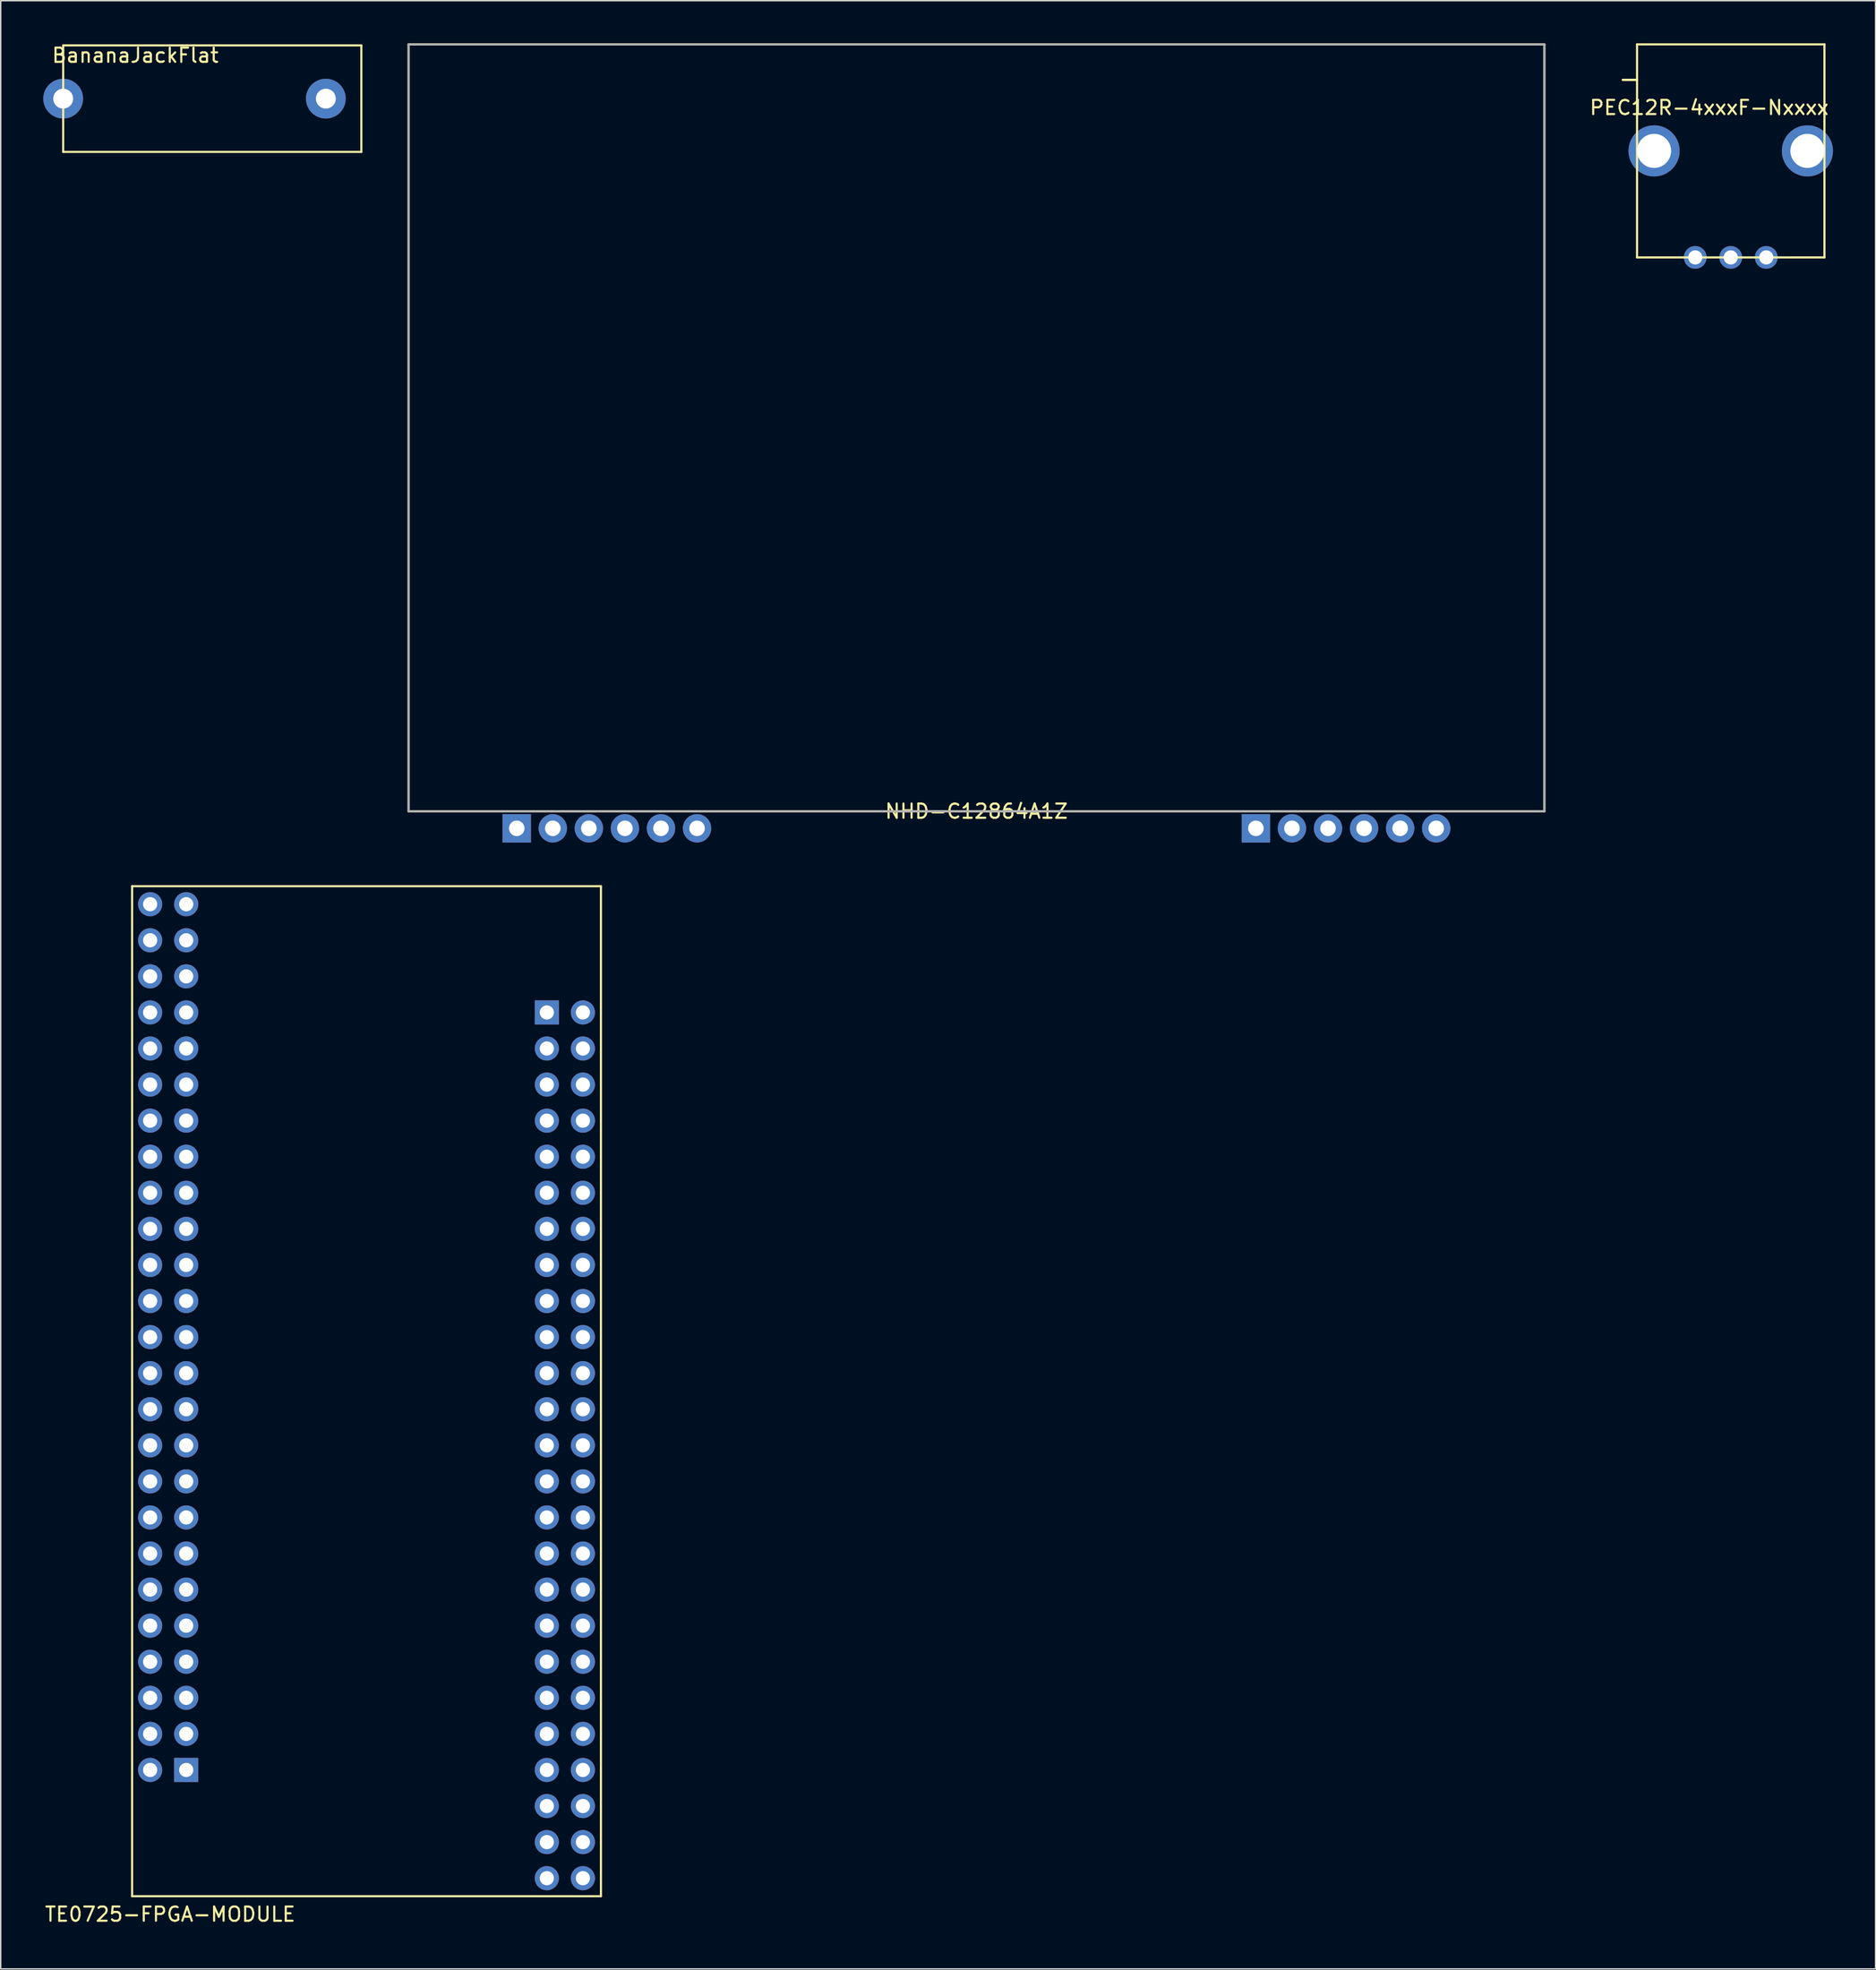
<source format=kicad_pcb>
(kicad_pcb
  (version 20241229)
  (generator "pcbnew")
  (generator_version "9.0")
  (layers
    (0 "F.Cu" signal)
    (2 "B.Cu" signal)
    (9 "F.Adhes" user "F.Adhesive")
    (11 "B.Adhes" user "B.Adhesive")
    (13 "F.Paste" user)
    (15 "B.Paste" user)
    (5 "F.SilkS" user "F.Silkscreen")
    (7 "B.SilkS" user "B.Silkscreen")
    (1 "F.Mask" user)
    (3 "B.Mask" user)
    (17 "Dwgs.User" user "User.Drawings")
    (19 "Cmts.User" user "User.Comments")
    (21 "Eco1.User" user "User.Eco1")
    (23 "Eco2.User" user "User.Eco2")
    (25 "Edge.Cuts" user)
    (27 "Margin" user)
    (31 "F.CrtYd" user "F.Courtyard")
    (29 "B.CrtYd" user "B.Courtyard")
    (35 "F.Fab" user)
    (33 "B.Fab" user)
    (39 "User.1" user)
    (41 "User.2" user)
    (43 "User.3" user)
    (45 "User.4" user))
  (footprint "TE0725-FPGA-MODULE"
    (layer "F.Cu")
    (at 7.525 60.619)
    (property "Reference" "TE0725-FPGA-MODULE" (at 1.409 71.12 180) (layer "F.SilkS") (effects (font (size 1 1) (thickness 0.15))))
    (attr through_hole)
    (fp_line (start -1.27 -1.27) (end 31.75 -1.27) (stroke (width 0.15) (type solid)) (layer "F.SilkS"))
    (fp_line (start -1.27 69.85) (end -1.27 -1.27) (stroke (width 0.15) (type solid)) (layer "F.SilkS"))
    (fp_line (start 31.75 -1.27) (end 31.75 69.85) (stroke (width 0.15) (type solid)) (layer "F.SilkS"))
    (fp_line (start 31.75 69.85) (end -1.27 69.85) (stroke (width 0.15) (type solid)) (layer "F.SilkS"))
    (pad "1_1" thru_hole rect (at 2.54 60.96 180) (size 1.7 1.7) (drill 1) (layers "*.Cu" "*.Mask"))
    (pad "1_2" thru_hole oval (at 0 60.96 180) (size 1.7 1.7) (drill 1) (layers "*.Cu" "*.Mask"))
    (pad "1_3" thru_hole oval (at 2.54 58.42 180) (size 1.7 1.7) (drill 1) (layers "*.Cu" "*.Mask"))
    (pad "1_4" thru_hole oval (at 0 58.42 180) (size 1.7 1.7) (drill 1) (layers "*.Cu" "*.Mask"))
    (pad "1_5" thru_hole oval (at 2.54 55.88 180) (size 1.7 1.7) (drill 1) (layers "*.Cu" "*.Mask"))
    (pad "1_6" thru_hole oval (at 0 55.88 180) (size 1.7 1.7) (drill 1) (layers "*.Cu" "*.Mask"))
    (pad "1_7" thru_hole oval (at 2.54 53.34 180) (size 1.7 1.7) (drill 1) (layers "*.Cu" "*.Mask"))
    (pad "1_8" thru_hole oval (at 0 53.34 180) (size 1.7 1.7) (drill 1) (layers "*.Cu" "*.Mask"))
    (pad "1_9" thru_hole oval (at 2.54 50.8 180) (size 1.7 1.7) (drill 1) (layers "*.Cu" "*.Mask"))
    (pad "1_10" thru_hole oval (at 0 50.8 180) (size 1.7 1.7) (drill 1) (layers "*.Cu" "*.Mask"))
    (pad "1_11" thru_hole oval (at 2.54 48.26 180) (size 1.7 1.7) (drill 1) (layers "*.Cu" "*.Mask"))
    (pad "1_12" thru_hole oval (at 0 48.26 180) (size 1.7 1.7) (drill 1) (layers "*.Cu" "*.Mask"))
    (pad "1_13" thru_hole oval (at 2.54 45.72 180) (size 1.7 1.7) (drill 1) (layers "*.Cu" "*.Mask"))
    (pad "1_14" thru_hole oval (at 0 45.72 180) (size 1.7 1.7) (drill 1) (layers "*.Cu" "*.Mask"))
    (pad "1_15" thru_hole oval (at 2.54 43.18 180) (size 1.7 1.7) (drill 1) (layers "*.Cu" "*.Mask"))
    (pad "1_16" thru_hole oval (at 0 43.18 180) (size 1.7 1.7) (drill 1) (layers "*.Cu" "*.Mask"))
    (pad "1_17" thru_hole oval (at 2.54 40.64 180) (size 1.7 1.7) (drill 1) (layers "*.Cu" "*.Mask"))
    (pad "1_18" thru_hole oval (at 0 40.64 180) (size 1.7 1.7) (drill 1) (layers "*.Cu" "*.Mask"))
    (pad "1_19" thru_hole oval (at 2.54 38.1 180) (size 1.7 1.7) (drill 1) (layers "*.Cu" "*.Mask"))
    (pad "1_20" thru_hole oval (at 0 38.1 180) (size 1.7 1.7) (drill 1) (layers "*.Cu" "*.Mask"))
    (pad "1_21" thru_hole oval (at 2.54 35.56 180) (size 1.7 1.7) (drill 1) (layers "*.Cu" "*.Mask"))
    (pad "1_22" thru_hole oval (at 0 35.56 180) (size 1.7 1.7) (drill 1) (layers "*.Cu" "*.Mask"))
    (pad "1_23" thru_hole oval (at 2.54 33.02 180) (size 1.7 1.7) (drill 1) (layers "*.Cu" "*.Mask"))
    (pad "1_24" thru_hole oval (at 0 33.02 180) (size 1.7 1.7) (drill 1) (layers "*.Cu" "*.Mask"))
    (pad "1_25" thru_hole oval (at 2.54 30.48 180) (size 1.7 1.7) (drill 1) (layers "*.Cu" "*.Mask"))
    (pad "1_26" thru_hole oval (at 0 30.48 180) (size 1.7 1.7) (drill 1) (layers "*.Cu" "*.Mask"))
    (pad "1_27" thru_hole oval (at 2.54 27.94 180) (size 1.7 1.7) (drill 1) (layers "*.Cu" "*.Mask"))
    (pad "1_28" thru_hole oval (at 0 27.94 180) (size 1.7 1.7) (drill 1) (layers "*.Cu" "*.Mask"))
    (pad "1_29" thru_hole oval (at 2.54 25.4 180) (size 1.7 1.7) (drill 1) (layers "*.Cu" "*.Mask"))
    (pad "1_30" thru_hole oval (at 0 25.4 180) (size 1.7 1.7) (drill 1) (layers "*.Cu" "*.Mask"))
    (pad "1_31" thru_hole oval (at 2.54 22.86 180) (size 1.7 1.7) (drill 1) (layers "*.Cu" "*.Mask"))
    (pad "1_32" thru_hole oval (at 0 22.86 180) (size 1.7 1.7) (drill 1) (layers "*.Cu" "*.Mask"))
    (pad "1_33" thru_hole oval (at 2.54 20.32 180) (size 1.7 1.7) (drill 1) (layers "*.Cu" "*.Mask"))
    (pad "1_34" thru_hole oval (at 0 20.32 180) (size 1.7 1.7) (drill 1) (layers "*.Cu" "*.Mask"))
    (pad "1_35" thru_hole oval (at 2.54 17.78 180) (size 1.7 1.7) (drill 1) (layers "*.Cu" "*.Mask"))
    (pad "1_36" thru_hole oval (at 0 17.78 180) (size 1.7 1.7) (drill 1) (layers "*.Cu" "*.Mask"))
    (pad "1_37" thru_hole oval (at 2.54 15.24 180) (size 1.7 1.7) (drill 1) (layers "*.Cu" "*.Mask"))
    (pad "1_38" thru_hole oval (at 0 15.24 180) (size 1.7 1.7) (drill 1) (layers "*.Cu" "*.Mask"))
    (pad "1_39" thru_hole oval (at 2.54 12.7 180) (size 1.7 1.7) (drill 1) (layers "*.Cu" "*.Mask"))
    (pad "1_40" thru_hole oval (at 0 12.7 180) (size 1.7 1.7) (drill 1) (layers "*.Cu" "*.Mask"))
    (pad "1_41" thru_hole oval (at 2.54 10.16 180) (size 1.7 1.7) (drill 1) (layers "*.Cu" "*.Mask"))
    (pad "1_42" thru_hole oval (at 0 10.16 180) (size 1.7 1.7) (drill 1) (layers "*.Cu" "*.Mask"))
    (pad "1_43" thru_hole oval (at 2.54 7.62 180) (size 1.7 1.7) (drill 1) (layers "*.Cu" "*.Mask"))
    (pad "1_44" thru_hole oval (at 0 7.62 180) (size 1.7 1.7) (drill 1) (layers "*.Cu" "*.Mask"))
    (pad "1_45" thru_hole oval (at 2.54 5.08 180) (size 1.7 1.7) (drill 1) (layers "*.Cu" "*.Mask"))
    (pad "1_46" thru_hole oval (at 0 5.08 180) (size 1.7 1.7) (drill 1) (layers "*.Cu" "*.Mask"))
    (pad "1_47" thru_hole oval (at 2.54 2.54 180) (size 1.7 1.7) (drill 1) (layers "*.Cu" "*.Mask"))
    (pad "1_48" thru_hole oval (at 0 2.54 180) (size 1.7 1.7) (drill 1) (layers "*.Cu" "*.Mask"))
    (pad "1_49" thru_hole oval (at 2.54 0 180) (size 1.7 1.7) (drill 1) (layers "*.Cu" "*.Mask"))
    (pad "1_50" thru_hole oval (at 0 0 180) (size 1.7 1.7) (drill 1) (layers "*.Cu" "*.Mask"))
    (pad "2_1" thru_hole rect (at 27.94 7.62) (size 1.7 1.7) (drill 1) (layers "*.Cu" "*.Mask"))
    (pad "2_2" thru_hole oval (at 30.48 7.62) (size 1.7 1.7) (drill 1) (layers "*.Cu" "*.Mask"))
    (pad "2_3" thru_hole oval (at 27.94 10.16) (size 1.7 1.7) (drill 1) (layers "*.Cu" "*.Mask"))
    (pad "2_4" thru_hole oval (at 30.48 10.16) (size 1.7 1.7) (drill 1) (layers "*.Cu" "*.Mask"))
    (pad "2_5" thru_hole oval (at 27.94 12.7) (size 1.7 1.7) (drill 1) (layers "*.Cu" "*.Mask"))
    (pad "2_6" thru_hole oval (at 30.48 12.7) (size 1.7 1.7) (drill 1) (layers "*.Cu" "*.Mask"))
    (pad "2_7" thru_hole oval (at 27.94 15.24) (size 1.7 1.7) (drill 1) (layers "*.Cu" "*.Mask"))
    (pad "2_8" thru_hole oval (at 30.48 15.24) (size 1.7 1.7) (drill 1) (layers "*.Cu" "*.Mask"))
    (pad "2_9" thru_hole oval (at 27.94 17.78) (size 1.7 1.7) (drill 1) (layers "*.Cu" "*.Mask"))
    (pad "2_10" thru_hole oval (at 30.48 17.78) (size 1.7 1.7) (drill 1) (layers "*.Cu" "*.Mask"))
    (pad "2_11" thru_hole oval (at 27.94 20.32) (size 1.7 1.7) (drill 1) (layers "*.Cu" "*.Mask"))
    (pad "2_12" thru_hole oval (at 30.48 20.32) (size 1.7 1.7) (drill 1) (layers "*.Cu" "*.Mask"))
    (pad "2_13" thru_hole oval (at 27.94 22.86) (size 1.7 1.7) (drill 1) (layers "*.Cu" "*.Mask"))
    (pad "2_14" thru_hole oval (at 30.48 22.86) (size 1.7 1.7) (drill 1) (layers "*.Cu" "*.Mask"))
    (pad "2_15" thru_hole oval (at 27.94 25.4) (size 1.7 1.7) (drill 1) (layers "*.Cu" "*.Mask"))
    (pad "2_16" thru_hole oval (at 30.48 25.4) (size 1.7 1.7) (drill 1) (layers "*.Cu" "*.Mask"))
    (pad "2_17" thru_hole oval (at 27.94 27.94) (size 1.7 1.7) (drill 1) (layers "*.Cu" "*.Mask"))
    (pad "2_18" thru_hole oval (at 30.48 27.94) (size 1.7 1.7) (drill 1) (layers "*.Cu" "*.Mask"))
    (pad "2_19" thru_hole oval (at 27.94 30.48) (size 1.7 1.7) (drill 1) (layers "*.Cu" "*.Mask"))
    (pad "2_20" thru_hole oval (at 30.48 30.48) (size 1.7 1.7) (drill 1) (layers "*.Cu" "*.Mask"))
    (pad "2_21" thru_hole oval (at 27.94 33.02) (size 1.7 1.7) (drill 1) (layers "*.Cu" "*.Mask"))
    (pad "2_22" thru_hole oval (at 30.48 33.02) (size 1.7 1.7) (drill 1) (layers "*.Cu" "*.Mask"))
    (pad "2_23" thru_hole oval (at 27.94 35.56) (size 1.7 1.7) (drill 1) (layers "*.Cu" "*.Mask"))
    (pad "2_24" thru_hole oval (at 30.48 35.56) (size 1.7 1.7) (drill 1) (layers "*.Cu" "*.Mask"))
    (pad "2_25" thru_hole oval (at 27.94 38.1) (size 1.7 1.7) (drill 1) (layers "*.Cu" "*.Mask"))
    (pad "2_26" thru_hole oval (at 30.48 38.1) (size 1.7 1.7) (drill 1) (layers "*.Cu" "*.Mask"))
    (pad "2_27" thru_hole oval (at 27.94 40.64) (size 1.7 1.7) (drill 1) (layers "*.Cu" "*.Mask"))
    (pad "2_28" thru_hole oval (at 30.48 40.64) (size 1.7 1.7) (drill 1) (layers "*.Cu" "*.Mask"))
    (pad "2_29" thru_hole oval (at 27.94 43.18) (size 1.7 1.7) (drill 1) (layers "*.Cu" "*.Mask"))
    (pad "2_30" thru_hole oval (at 30.48 43.18) (size 1.7 1.7) (drill 1) (layers "*.Cu" "*.Mask"))
    (pad "2_31" thru_hole oval (at 27.94 45.72) (size 1.7 1.7) (drill 1) (layers "*.Cu" "*.Mask"))
    (pad "2_32" thru_hole oval (at 30.48 45.72) (size 1.7 1.7) (drill 1) (layers "*.Cu" "*.Mask"))
    (pad "2_33" thru_hole oval (at 27.94 48.26) (size 1.7 1.7) (drill 1) (layers "*.Cu" "*.Mask"))
    (pad "2_34" thru_hole oval (at 30.48 48.26) (size 1.7 1.7) (drill 1) (layers "*.Cu" "*.Mask"))
    (pad "2_35" thru_hole oval (at 27.94 50.8) (size 1.7 1.7) (drill 1) (layers "*.Cu" "*.Mask"))
    (pad "2_36" thru_hole oval (at 30.48 50.8) (size 1.7 1.7) (drill 1) (layers "*.Cu" "*.Mask"))
    (pad "2_37" thru_hole oval (at 27.94 53.34) (size 1.7 1.7) (drill 1) (layers "*.Cu" "*.Mask"))
    (pad "2_38" thru_hole oval (at 30.48 53.34) (size 1.7 1.7) (drill 1) (layers "*.Cu" "*.Mask"))
    (pad "2_39" thru_hole oval (at 27.94 55.88) (size 1.7 1.7) (drill 1) (layers "*.Cu" "*.Mask"))
    (pad "2_40" thru_hole oval (at 30.48 55.88) (size 1.7 1.7) (drill 1) (layers "*.Cu" "*.Mask"))
    (pad "2_41" thru_hole oval (at 27.94 58.42) (size 1.7 1.7) (drill 1) (layers "*.Cu" "*.Mask"))
    (pad "2_42" thru_hole oval (at 30.48 58.42) (size 1.7 1.7) (drill 1) (layers "*.Cu" "*.Mask"))
    (pad "2_43" thru_hole oval (at 27.94 60.96) (size 1.7 1.7) (drill 1) (layers "*.Cu" "*.Mask"))
    (pad "2_44" thru_hole oval (at 30.48 60.96) (size 1.7 1.7) (drill 1) (layers "*.Cu" "*.Mask"))
    (pad "2_45" thru_hole oval (at 27.94 63.5) (size 1.7 1.7) (drill 1) (layers "*.Cu" "*.Mask"))
    (pad "2_46" thru_hole oval (at 30.48 63.5) (size 1.7 1.7) (drill 1) (layers "*.Cu" "*.Mask"))
    (pad "2_47" thru_hole oval (at 27.94 66.04) (size 1.7 1.7) (drill 1) (layers "*.Cu" "*.Mask"))
    (pad "2_48" thru_hole oval (at 30.48 66.04) (size 1.7 1.7) (drill 1) (layers "*.Cu" "*.Mask"))
    (pad "2_49" thru_hole oval (at 27.94 68.58) (size 1.7 1.7) (drill 1) (layers "*.Cu" "*.Mask"))
    (pad "2_50" thru_hole oval (at 30.48 68.58) (size 1.7 1.7) (drill 1) (layers "*.Cu" "*.Mask")))
  (footprint "BananaJackFlat"
    (layer "F.Cu")
    (at 1.4 3.896)
    (property "Reference" "BananaJackFlat" (at 5.08 -3.048 0) (layer "F.SilkS") (effects (font (size 1 1) (thickness 0.15))))
    (attr through_hole)
    (fp_line (start 0 -3.75) (end 21 -3.75) (stroke (width 0.15) (type solid)) (layer "F.SilkS"))
    (fp_line (start 0 0) (end 0 -3.75) (stroke (width 0.15) (type solid)) (layer "F.SilkS"))
    (fp_line (start 0 3.75) (end 0 0) (stroke (width 0.15) (type solid)) (layer "F.SilkS"))
    (fp_line (start 21 -3.75) (end 21 3.75) (stroke (width 0.15) (type solid)) (layer "F.SilkS"))
    (fp_line (start 21 3.75) (end 0 3.75) (stroke (width 0.15) (type solid)) (layer "F.SilkS"))
    (pad "1" thru_hole circle (at 0 0) (size 2.8 2.8) (drill 1.4) (layers "*.Cu" "*.Mask"))
    (pad "1" thru_hole circle (at 18.5 0) (size 2.8 2.8) (drill 1.4) (layers "*.Cu" "*.Mask")))
  (footprint "NHD-C12864A1Z"
    (layer "F.Cu")
    (at 25.725 54.075)
    (property "Reference" "NHD-C12864A1Z" (at 40 0 0) (layer "F.SilkS") (effects (font (size 1 1) (thickness 0.15))))
    (attr through_hole)
    (fp_line (start 0 -54) (end 80 -54) (stroke (width 0.15) (type solid)) (layer "F.SilkS"))
    (fp_line (start 0 0) (end 0 -54) (stroke (width 0.15) (type solid)) (layer "F.SilkS"))
    (fp_line (start 80 -54) (end 80 0) (stroke (width 0.15) (type solid)) (layer "F.SilkS"))
    (fp_line (start 80 0) (end 0 0) (stroke (width 0.15) (type solid)) (layer "F.SilkS"))
    (fp_line (start 0 -54) (end 80 -54) (stroke (width 0.15) (type solid)) (layer "F.Fab"))
    (fp_line (start 0 0) (end 0 -54) (stroke (width 0.15) (type solid)) (layer "F.Fab"))
    (fp_line (start 80 -54) (end 80 0) (stroke (width 0.15) (type solid)) (layer "F.Fab"))
    (fp_line (start 80 0) (end 0 0) (stroke (width 0.15) (type solid)) (layer "F.Fab"))
    (pad "1" thru_hole rect (at 7.62 1.2 180) (size 1.999 1.999) (drill 1.097) (layers "*.Cu" "*.Mask"))
    (pad "2" thru_hole oval (at 10.16 1.2 180) (size 1.999 1.999) (drill 1.097) (layers "*.Cu" "*.Mask"))
    (pad "3" thru_hole oval (at 12.7 1.2 180) (size 1.999 1.999) (drill 1.097) (layers "*.Cu" "*.Mask"))
    (pad "4" thru_hole oval (at 15.24 1.2 180) (size 1.999 1.999) (drill 1.097) (layers "*.Cu" "*.Mask"))
    (pad "5" thru_hole oval (at 17.78 1.2 180) (size 1.999 1.999) (drill 1.097) (layers "*.Cu" "*.Mask"))
    (pad "6" thru_hole oval (at 20.32 1.2 180) (size 1.999 1.999) (drill 1.097) (layers "*.Cu" "*.Mask"))
    (pad "7" thru_hole rect (at 59.68 1.2 180) (size 1.999 1.999) (drill 1.097) (layers "*.Cu" "*.Mask"))
    (pad "8" thru_hole oval (at 62.22 1.2 180) (size 1.999 1.999) (drill 1.097) (layers "*.Cu" "*.Mask"))
    (pad "9" thru_hole oval (at 64.76 1.2 180) (size 1.999 1.999) (drill 1.097) (layers "*.Cu" "*.Mask"))
    (pad "10" thru_hole oval (at 67.3 1.2 180) (size 1.999 1.999) (drill 1.097) (layers "*.Cu" "*.Mask"))
    (pad "11" thru_hole oval (at 69.84 1.2 180) (size 1.999 1.999) (drill 1.097) (layers "*.Cu" "*.Mask"))
    (pad "12" thru_hole oval (at 72.38 1.2 180) (size 1.999 1.999) (drill 1.097) (layers "*.Cu" "*.Mask")))
  (footprint "PEC12R-4xxxF-Nxxxx"
    (layer "F.Cu")
    (at 112.25 7.575)
    (property "Reference" "PEC12R-4xxxF-Nxxxx" (at 5.08 -3.048 0) (layer "F.SilkS") (effects (font (size 1 1) (thickness 0.15))))
    (attr through_hole)
    (fp_line (start -1 -5) (end 0 -5) (stroke (width 0.15) (type solid)) (layer "F.SilkS"))
    (fp_line (start 0 -7.5) (end 13.2 -7.5) (stroke (width 0.15) (type solid)) (layer "F.SilkS"))
    (fp_line (start 0 -5) (end -1 -5) (stroke (width 0.15) (type solid)) (layer "F.SilkS"))
    (fp_line (start 0 7.5) (end 0 -7.5) (stroke (width 0.15) (type solid)) (layer "F.SilkS"))
    (fp_line (start 13.2 -7.5) (end 13.2 7.5) (stroke (width 0.15) (type solid)) (layer "F.SilkS"))
    (fp_line (start 13.2 7.5) (end 0 7.5) (stroke (width 0.15) (type solid)) (layer "F.SilkS"))
    (pad "0" thru_hole circle (at 1.2 0) (size 3.6 3.6) (drill 2.4) (layers "*.Cu" "*.Mask"))
    (pad "0" thru_hole circle (at 12 0) (size 3.6 3.6) (drill 2.4) (layers "*.Cu" "*.Mask"))
    (pad "1" thru_hole circle (at 4.1 7.5) (size 1.6 1.6) (drill 1) (layers "*.Cu" "*.Mask"))
    (pad "2" thru_hole circle (at 6.6 7.5) (size 1.6 1.6) (drill 1) (layers "*.Cu" "*.Mask"))
    (pad "3" thru_hole circle (at 9.1 7.5) (size 1.6 1.6) (drill 1) (layers "*.Cu" "*.Mask")))
  (gr_rect
    (start -3 -3)
    (end 129.05 135.588)
    (stroke (width 0.1) (type default))
    (fill no)
    (layer "Edge.Cuts")))
</source>
